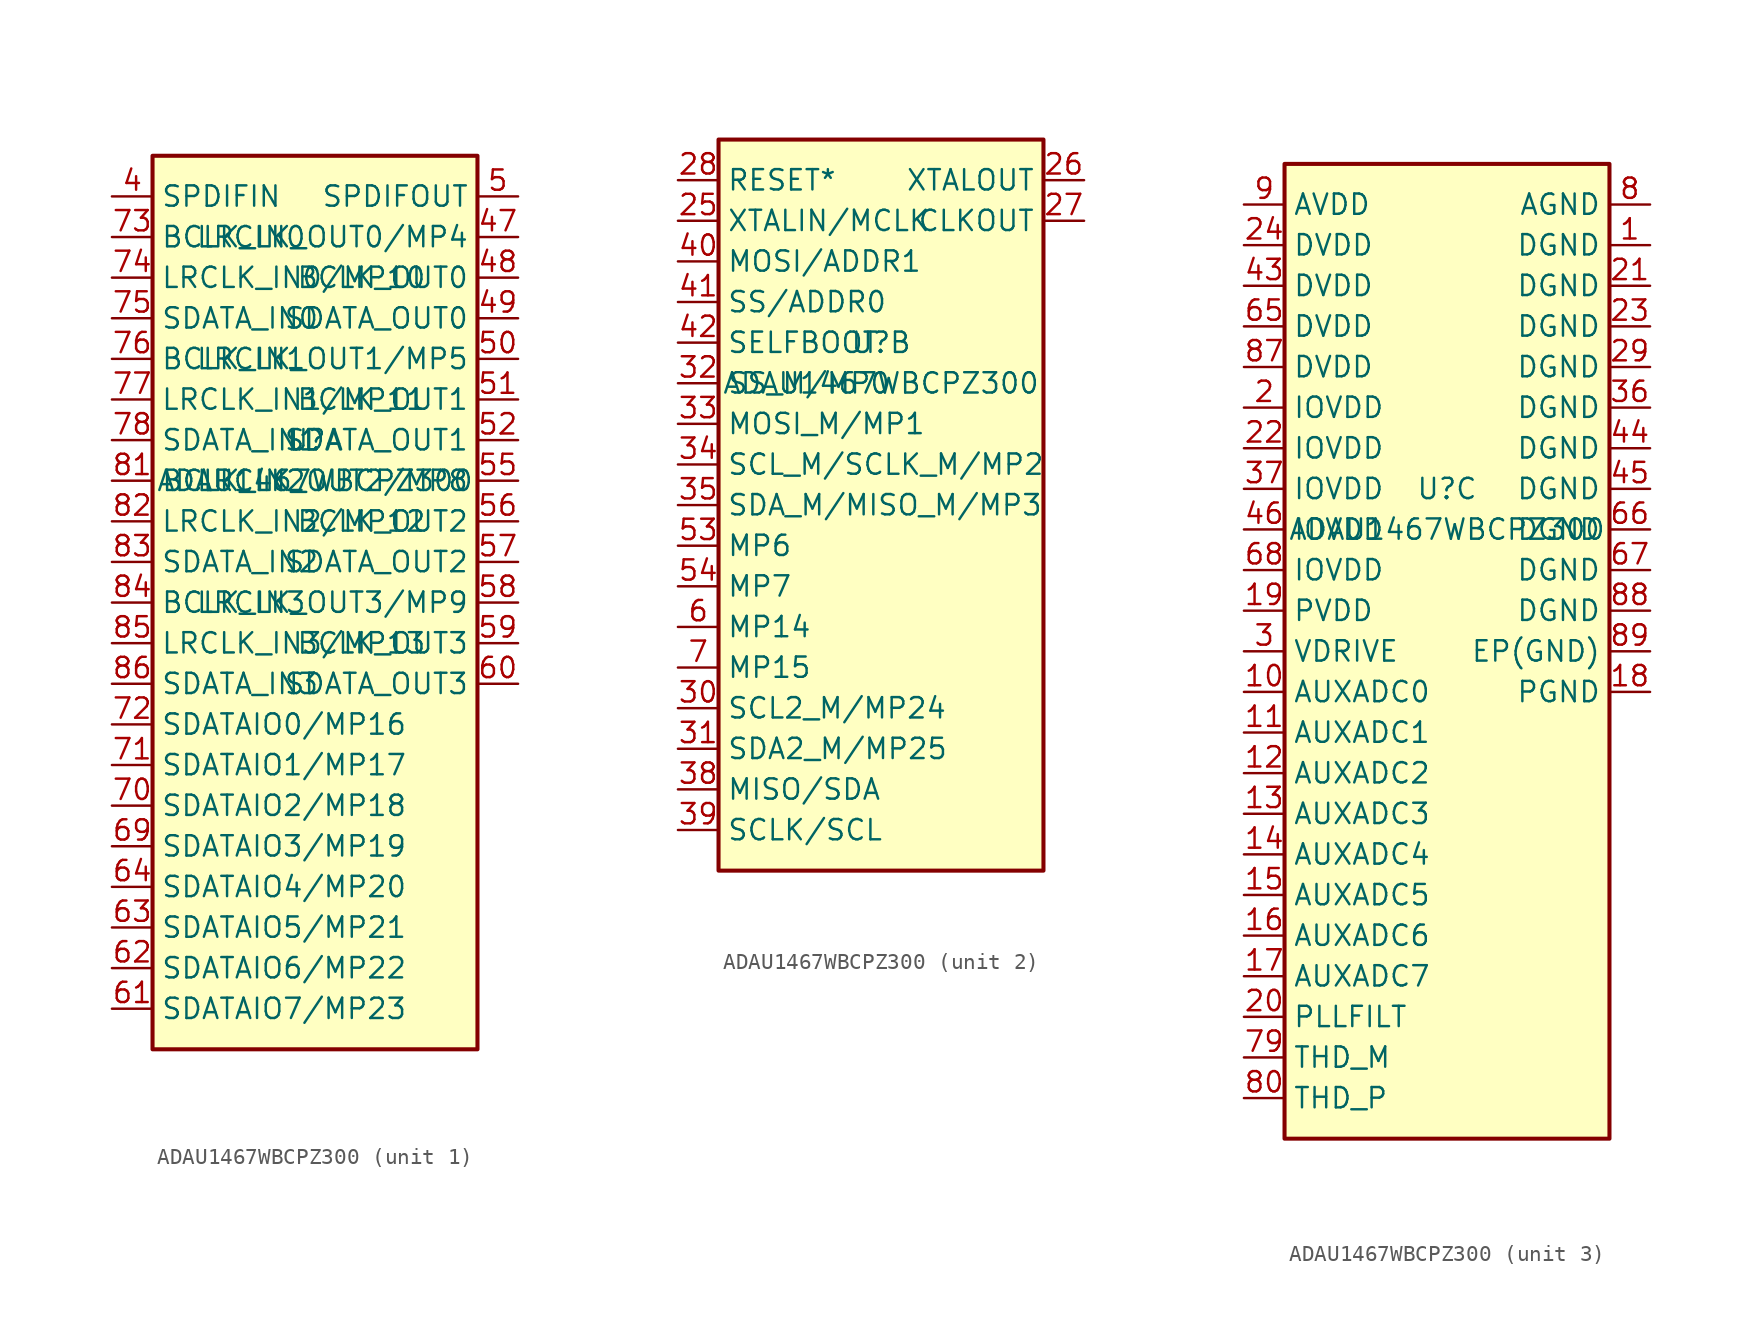
<source format=kicad_sym>
(kicad_symbol_lib
  (version 20241209)
  (generator "kicad_symbol_editor")
  (generator_version "9.0")
  (symbol "ADAU1467WBCPZ300"
    (property "Reference" "U"
      (at 0 10.16 0)
      (effects (font (size 1.27 1.27))))
    (property "Value" "ADAU1467WBCPZ300"
      (at 0 7.62 0)
      (effects (font (size 1.27 1.27))))
    (property "ki_locked" ""
      (at 0 0 0)
      (effects (font (size 1.27 1.27))))
    (symbol "ADAU1467WBCPZ300_1_1"
      (polyline (pts (xy -10.16 27.94) (xy -10.16 -27.94) (xy 10.16 -27.94) (xy 10.16 27.94) (xy -10.16 27.94)) (stroke (width 0.254) (type default)) (fill (type background)))
      (pin input line (at -12.7 25.4 0) (length 2.54) (name "SPDIFIN" (effects (font (size 1.27 1.27)))) (number "4" (effects (font (size 1.27 1.27)))))
      (pin input line (at -12.7 22.86 0) (length 2.54) (name "BCLK_IN0" (effects (font (size 1.27 1.27)))) (number "73" (effects (font (size 1.27 1.27)))))
      (pin input line (at -12.7 20.32 0) (length 2.54) (name "LRCLK_IN0/MP10" (effects (font (size 1.27 1.27)))) (number "74" (effects (font (size 1.27 1.27)))))
      (pin input line (at -12.7 17.78 0) (length 2.54) (name "SDATA_IN0" (effects (font (size 1.27 1.27)))) (number "75" (effects (font (size 1.27 1.27)))))
      (pin input line (at -12.7 15.24 0) (length 2.54) (name "BCLK_IN1" (effects (font (size 1.27 1.27)))) (number "76" (effects (font (size 1.27 1.27)))))
      (pin input line (at -12.7 12.7 0) (length 2.54) (name "LRCLK_IN1/MP11" (effects (font (size 1.27 1.27)))) (number "77" (effects (font (size 1.27 1.27)))))
      (pin input line (at -12.7 10.16 0) (length 2.54) (name "SDATA_IN1" (effects (font (size 1.27 1.27)))) (number "78" (effects (font (size 1.27 1.27)))))
      (pin input line (at -12.7 7.62 0) (length 2.54) (name "BCLK_IN2" (effects (font (size 1.27 1.27)))) (number "81" (effects (font (size 1.27 1.27)))))
      (pin input line (at -12.7 5.08 0) (length 2.54) (name "LRCLK_IN2/MP12" (effects (font (size 1.27 1.27)))) (number "82" (effects (font (size 1.27 1.27)))))
      (pin input line (at -12.7 2.54 0) (length 2.54) (name "SDATA_IN2" (effects (font (size 1.27 1.27)))) (number "83" (effects (font (size 1.27 1.27)))))
      (pin input line (at -12.7 0 0) (length 2.54) (name "BCLK_IN3" (effects (font (size 1.27 1.27)))) (number "84" (effects (font (size 1.27 1.27)))))
      (pin input line (at -12.7 -2.54 0) (length 2.54) (name "LRCLK_IN3/MP13" (effects (font (size 1.27 1.27)))) (number "85" (effects (font (size 1.27 1.27)))))
      (pin input line (at -12.7 -5.08 0) (length 2.54) (name "SDATA_IN3" (effects (font (size 1.27 1.27)))) (number "86" (effects (font (size 1.27 1.27)))))
      (pin bidirectional line (at -12.7 -7.62 0) (length 2.54) (name "SDATAIO0/MP16" (effects (font (size 1.27 1.27)))) (number "72" (effects (font (size 1.27 1.27)))))
      (pin bidirectional line (at -12.7 -10.16 0) (length 2.54) (name "SDATAIO1/MP17" (effects (font (size 1.27 1.27)))) (number "71" (effects (font (size 1.27 1.27)))))
      (pin bidirectional line (at -12.7 -12.7 0) (length 2.54) (name "SDATAIO2/MP18" (effects (font (size 1.27 1.27)))) (number "70" (effects (font (size 1.27 1.27)))))
      (pin bidirectional line (at -12.7 -15.24 0) (length 2.54) (name "SDATAIO3/MP19" (effects (font (size 1.27 1.27)))) (number "69" (effects (font (size 1.27 1.27)))))
      (pin bidirectional line (at -12.7 -17.78 0) (length 2.54) (name "SDATAIO4/MP20" (effects (font (size 1.27 1.27)))) (number "64" (effects (font (size 1.27 1.27)))))
      (pin bidirectional line (at -12.7 -20.32 0) (length 2.54) (name "SDATAIO5/MP21" (effects (font (size 1.27 1.27)))) (number "63" (effects (font (size 1.27 1.27)))))
      (pin bidirectional line (at -12.7 -22.86 0) (length 2.54) (name "SDATAIO6/MP22" (effects (font (size 1.27 1.27)))) (number "62" (effects (font (size 1.27 1.27)))))
      (pin bidirectional line (at -12.7 -25.4 0) (length 2.54) (name "SDATAIO7/MP23" (effects (font (size 1.27 1.27)))) (number "61" (effects (font (size 1.27 1.27)))))
      (pin output line (at 12.7 25.4 180) (length 2.54) (name "SPDIFOUT" (effects (font (size 1.27 1.27)))) (number "5" (effects (font (size 1.27 1.27)))))
      (pin output line (at 12.7 22.86 180) (length 2.54) (name "LRCLK_OUT0/MP4" (effects (font (size 1.27 1.27)))) (number "47" (effects (font (size 1.27 1.27)))))
      (pin output line (at 12.7 20.32 180) (length 2.54) (name "BCLK_OUT0" (effects (font (size 1.27 1.27)))) (number "48" (effects (font (size 1.27 1.27)))))
      (pin output line (at 12.7 17.78 180) (length 2.54) (name "SDATA_OUT0" (effects (font (size 1.27 1.27)))) (number "49" (effects (font (size 1.27 1.27)))))
      (pin output line (at 12.7 15.24 180) (length 2.54) (name "LRCLK_OUT1/MP5" (effects (font (size 1.27 1.27)))) (number "50" (effects (font (size 1.27 1.27)))))
      (pin output line (at 12.7 12.7 180) (length 2.54) (name "BCLK_OUT1" (effects (font (size 1.27 1.27)))) (number "51" (effects (font (size 1.27 1.27)))))
      (pin output line (at 12.7 10.16 180) (length 2.54) (name "SDATA_OUT1" (effects (font (size 1.27 1.27)))) (number "52" (effects (font (size 1.27 1.27)))))
      (pin output line (at 12.7 7.62 180) (length 2.54) (name "LRCLK_OUT2/MP8" (effects (font (size 1.27 1.27)))) (number "55" (effects (font (size 1.27 1.27)))))
      (pin output line (at 12.7 5.08 180) (length 2.54) (name "BCLK_OUT2" (effects (font (size 1.27 1.27)))) (number "56" (effects (font (size 1.27 1.27)))))
      (pin output line (at 12.7 2.54 180) (length 2.54) (name "SDATA_OUT2" (effects (font (size 1.27 1.27)))) (number "57" (effects (font (size 1.27 1.27)))))
      (pin output line (at 12.7 0 180) (length 2.54) (name "LRCLK_OUT3/MP9" (effects (font (size 1.27 1.27)))) (number "58" (effects (font (size 1.27 1.27)))))
      (pin output line (at 12.7 -2.54 180) (length 2.54) (name "BCLK_OUT3" (effects (font (size 1.27 1.27)))) (number "59" (effects (font (size 1.27 1.27)))))
      (pin output line (at 12.7 -5.08 180) (length 2.54) (name "SDATA_OUT3" (effects (font (size 1.27 1.27)))) (number "60" (effects (font (size 1.27 1.27))))))
    (symbol "ADAU1467WBCPZ300_2_1"
      (polyline (pts (xy -10.16 22.86) (xy -10.16 -22.86) (xy 10.16 -22.86) (xy 10.16 22.86) (xy -10.16 22.86)) (stroke (width 0.254) (type default)) (fill (type background)))
      (pin input line (at -12.7 20.32 0) (length 2.54) (name "RESET*" (effects (font (size 1.27 1.27)))) (number "28" (effects (font (size 1.27 1.27)))))
      (pin input line (at -12.7 17.78 0) (length 2.54) (name "XTALIN/MCLK" (effects (font (size 1.27 1.27)))) (number "25" (effects (font (size 1.27 1.27)))))
      (pin input line (at -12.7 15.24 0) (length 2.54) (name "MOSI/ADDR1" (effects (font (size 1.27 1.27)))) (number "40" (effects (font (size 1.27 1.27)))))
      (pin input line (at -12.7 12.7 0) (length 2.54) (name "SS/ADDR0" (effects (font (size 1.27 1.27)))) (number "41" (effects (font (size 1.27 1.27)))))
      (pin input line (at -12.7 10.16 0) (length 2.54) (name "SELFBOOT" (effects (font (size 1.27 1.27)))) (number "42" (effects (font (size 1.27 1.27)))))
      (pin bidirectional line (at -12.7 7.62 0) (length 2.54) (name "SS_M/MP0" (effects (font (size 1.27 1.27)))) (number "32" (effects (font (size 1.27 1.27)))))
      (pin bidirectional line (at -12.7 5.08 0) (length 2.54) (name "MOSI_M/MP1" (effects (font (size 1.27 1.27)))) (number "33" (effects (font (size 1.27 1.27)))))
      (pin bidirectional line (at -12.7 2.54 0) (length 2.54) (name "SCL_M/SCLK_M/MP2" (effects (font (size 1.27 1.27)))) (number "34" (effects (font (size 1.27 1.27)))))
      (pin bidirectional line (at -12.7 0 0) (length 2.54) (name "SDA_M/MISO_M/MP3" (effects (font (size 1.27 1.27)))) (number "35" (effects (font (size 1.27 1.27)))))
      (pin bidirectional line (at -12.7 -2.54 0) (length 2.54) (name "MP6" (effects (font (size 1.27 1.27)))) (number "53" (effects (font (size 1.27 1.27)))))
      (pin bidirectional line (at -12.7 -5.08 0) (length 2.54) (name "MP7" (effects (font (size 1.27 1.27)))) (number "54" (effects (font (size 1.27 1.27)))))
      (pin bidirectional line (at -12.7 -7.62 0) (length 2.54) (name "MP14" (effects (font (size 1.27 1.27)))) (number "6" (effects (font (size 1.27 1.27)))))
      (pin bidirectional line (at -12.7 -10.16 0) (length 2.54) (name "MP15" (effects (font (size 1.27 1.27)))) (number "7" (effects (font (size 1.27 1.27)))))
      (pin bidirectional line (at -12.7 -12.7 0) (length 2.54) (name "SCL2_M/MP24" (effects (font (size 1.27 1.27)))) (number "30" (effects (font (size 1.27 1.27)))))
      (pin bidirectional line (at -12.7 -15.24 0) (length 2.54) (name "SDA2_M/MP25" (effects (font (size 1.27 1.27)))) (number "31" (effects (font (size 1.27 1.27)))))
      (pin bidirectional line (at -12.7 -17.78 0) (length 2.54) (name "MISO/SDA" (effects (font (size 1.27 1.27)))) (number "38" (effects (font (size 1.27 1.27)))))
      (pin bidirectional line (at -12.7 -20.32 0) (length 2.54) (name "SCLK/SCL" (effects (font (size 1.27 1.27)))) (number "39" (effects (font (size 1.27 1.27)))))
      (pin output line (at 12.7 20.32 180) (length 2.54) (name "XTALOUT" (effects (font (size 1.27 1.27)))) (number "26" (effects (font (size 1.27 1.27)))))
      (pin output line (at 12.7 17.78 180) (length 2.54) (name "CLKOUT" (effects (font (size 1.27 1.27)))) (number "27" (effects (font (size 1.27 1.27))))))
    (symbol "ADAU1467WBCPZ300_3_1"
      (polyline (pts (xy -10.16 30.48) (xy -10.16 -30.48) (xy 10.16 -30.48) (xy 10.16 30.48) (xy -10.16 30.48)) (stroke (width 0.254) (type default)) (fill (type background)))
      (pin power_in line (at -12.7 27.94 0) (length 2.54) (name "AVDD" (effects (font (size 1.27 1.27)))) (number "9" (effects (font (size 1.27 1.27)))))
      (pin power_in line (at -12.7 25.4 0) (length 2.54) (name "DVDD" (effects (font (size 1.27 1.27)))) (number "24" (effects (font (size 1.27 1.27)))))
      (pin power_in line (at -12.7 22.86 0) (length 2.54) (name "DVDD" (effects (font (size 1.27 1.27)))) (number "43" (effects (font (size 1.27 1.27)))))
      (pin power_in line (at -12.7 20.32 0) (length 2.54) (name "DVDD" (effects (font (size 1.27 1.27)))) (number "65" (effects (font (size 1.27 1.27)))))
      (pin power_in line (at -12.7 17.78 0) (length 2.54) (name "DVDD" (effects (font (size 1.27 1.27)))) (number "87" (effects (font (size 1.27 1.27)))))
      (pin power_in line (at -12.7 15.24 0) (length 2.54) (name "IOVDD" (effects (font (size 1.27 1.27)))) (number "2" (effects (font (size 1.27 1.27)))))
      (pin power_in line (at -12.7 12.7 0) (length 2.54) (name "IOVDD" (effects (font (size 1.27 1.27)))) (number "22" (effects (font (size 1.27 1.27)))))
      (pin power_in line (at -12.7 10.16 0) (length 2.54) (name "IOVDD" (effects (font (size 1.27 1.27)))) (number "37" (effects (font (size 1.27 1.27)))))
      (pin power_in line (at -12.7 7.62 0) (length 2.54) (name "IOVDD" (effects (font (size 1.27 1.27)))) (number "46" (effects (font (size 1.27 1.27)))))
      (pin power_in line (at -12.7 5.08 0) (length 2.54) (name "IOVDD" (effects (font (size 1.27 1.27)))) (number "68" (effects (font (size 1.27 1.27)))))
      (pin power_in line (at -12.7 2.54 0) (length 2.54) (name "PVDD" (effects (font (size 1.27 1.27)))) (number "19" (effects (font (size 1.27 1.27)))))
      (pin power_out line (at -12.7 0 0) (length 2.54) (name "VDRIVE" (effects (font (size 1.27 1.27)))) (number "3" (effects (font (size 1.27 1.27)))))
      (pin input line (at -12.7 -2.54 0) (length 2.54) (name "AUXADC0" (effects (font (size 1.27 1.27)))) (number "10" (effects (font (size 1.27 1.27)))))
      (pin input line (at -12.7 -5.08 0) (length 2.54) (name "AUXADC1" (effects (font (size 1.27 1.27)))) (number "11" (effects (font (size 1.27 1.27)))))
      (pin input line (at -12.7 -7.62 0) (length 2.54) (name "AUXADC2" (effects (font (size 1.27 1.27)))) (number "12" (effects (font (size 1.27 1.27)))))
      (pin input line (at -12.7 -10.16 0) (length 2.54) (name "AUXADC3" (effects (font (size 1.27 1.27)))) (number "13" (effects (font (size 1.27 1.27)))))
      (pin input line (at -12.7 -12.7 0) (length 2.54) (name "AUXADC4" (effects (font (size 1.27 1.27)))) (number "14" (effects (font (size 1.27 1.27)))))
      (pin input line (at -12.7 -15.24 0) (length 2.54) (name "AUXADC5" (effects (font (size 1.27 1.27)))) (number "15" (effects (font (size 1.27 1.27)))))
      (pin input line (at -12.7 -17.78 0) (length 2.54) (name "AUXADC6" (effects (font (size 1.27 1.27)))) (number "16" (effects (font (size 1.27 1.27)))))
      (pin input line (at -12.7 -20.32 0) (length 2.54) (name "AUXADC7" (effects (font (size 1.27 1.27)))) (number "17" (effects (font (size 1.27 1.27)))))
      (pin passive line (at -12.7 -22.86 0) (length 2.54) (name "PLLFILT" (effects (font (size 1.27 1.27)))) (number "20" (effects (font (size 1.27 1.27)))))
      (pin passive line (at -12.7 -25.4 0) (length 2.54) (name "THD_M" (effects (font (size 1.27 1.27)))) (number "79" (effects (font (size 1.27 1.27)))))
      (pin passive line (at -12.7 -27.94 0) (length 2.54) (name "THD_P" (effects (font (size 1.27 1.27)))) (number "80" (effects (font (size 1.27 1.27)))))
      (pin power_in line (at 12.7 27.94 180) (length 2.54) (name "AGND" (effects (font (size 1.27 1.27)))) (number "8" (effects (font (size 1.27 1.27)))))
      (pin power_in line (at 12.7 25.4 180) (length 2.54) (name "DGND" (effects (font (size 1.27 1.27)))) (number "1" (effects (font (size 1.27 1.27)))))
      (pin power_in line (at 12.7 22.86 180) (length 2.54) (name "DGND" (effects (font (size 1.27 1.27)))) (number "21" (effects (font (size 1.27 1.27)))))
      (pin power_in line (at 12.7 20.32 180) (length 2.54) (name "DGND" (effects (font (size 1.27 1.27)))) (number "23" (effects (font (size 1.27 1.27)))))
      (pin power_in line (at 12.7 17.78 180) (length 2.54) (name "DGND" (effects (font (size 1.27 1.27)))) (number "29" (effects (font (size 1.27 1.27)))))
      (pin power_in line (at 12.7 15.24 180) (length 2.54) (name "DGND" (effects (font (size 1.27 1.27)))) (number "36" (effects (font (size 1.27 1.27)))))
      (pin power_in line (at 12.7 12.7 180) (length 2.54) (name "DGND" (effects (font (size 1.27 1.27)))) (number "44" (effects (font (size 1.27 1.27)))))
      (pin power_in line (at 12.7 10.16 180) (length 2.54) (name "DGND" (effects (font (size 1.27 1.27)))) (number "45" (effects (font (size 1.27 1.27)))))
      (pin power_in line (at 12.7 7.62 180) (length 2.54) (name "DGND" (effects (font (size 1.27 1.27)))) (number "66" (effects (font (size 1.27 1.27)))))
      (pin power_in line (at 12.7 5.08 180) (length 2.54) (name "DGND" (effects (font (size 1.27 1.27)))) (number "67" (effects (font (size 1.27 1.27)))))
      (pin power_in line (at 12.7 2.54 180) (length 2.54) (name "DGND" (effects (font (size 1.27 1.27)))) (number "88" (effects (font (size 1.27 1.27)))))
      (pin power_in line (at 12.7 0 180) (length 2.54) (name "EP(GND)" (effects (font (size 1.27 1.27)))) (number "89" (effects (font (size 1.27 1.27)))))
      (pin power_in line (at 12.7 -2.54 180) (length 2.54) (name "PGND" (effects (font (size 1.27 1.27)))) (number "18" (effects (font (size 1.27 1.27))))))))
</source>
